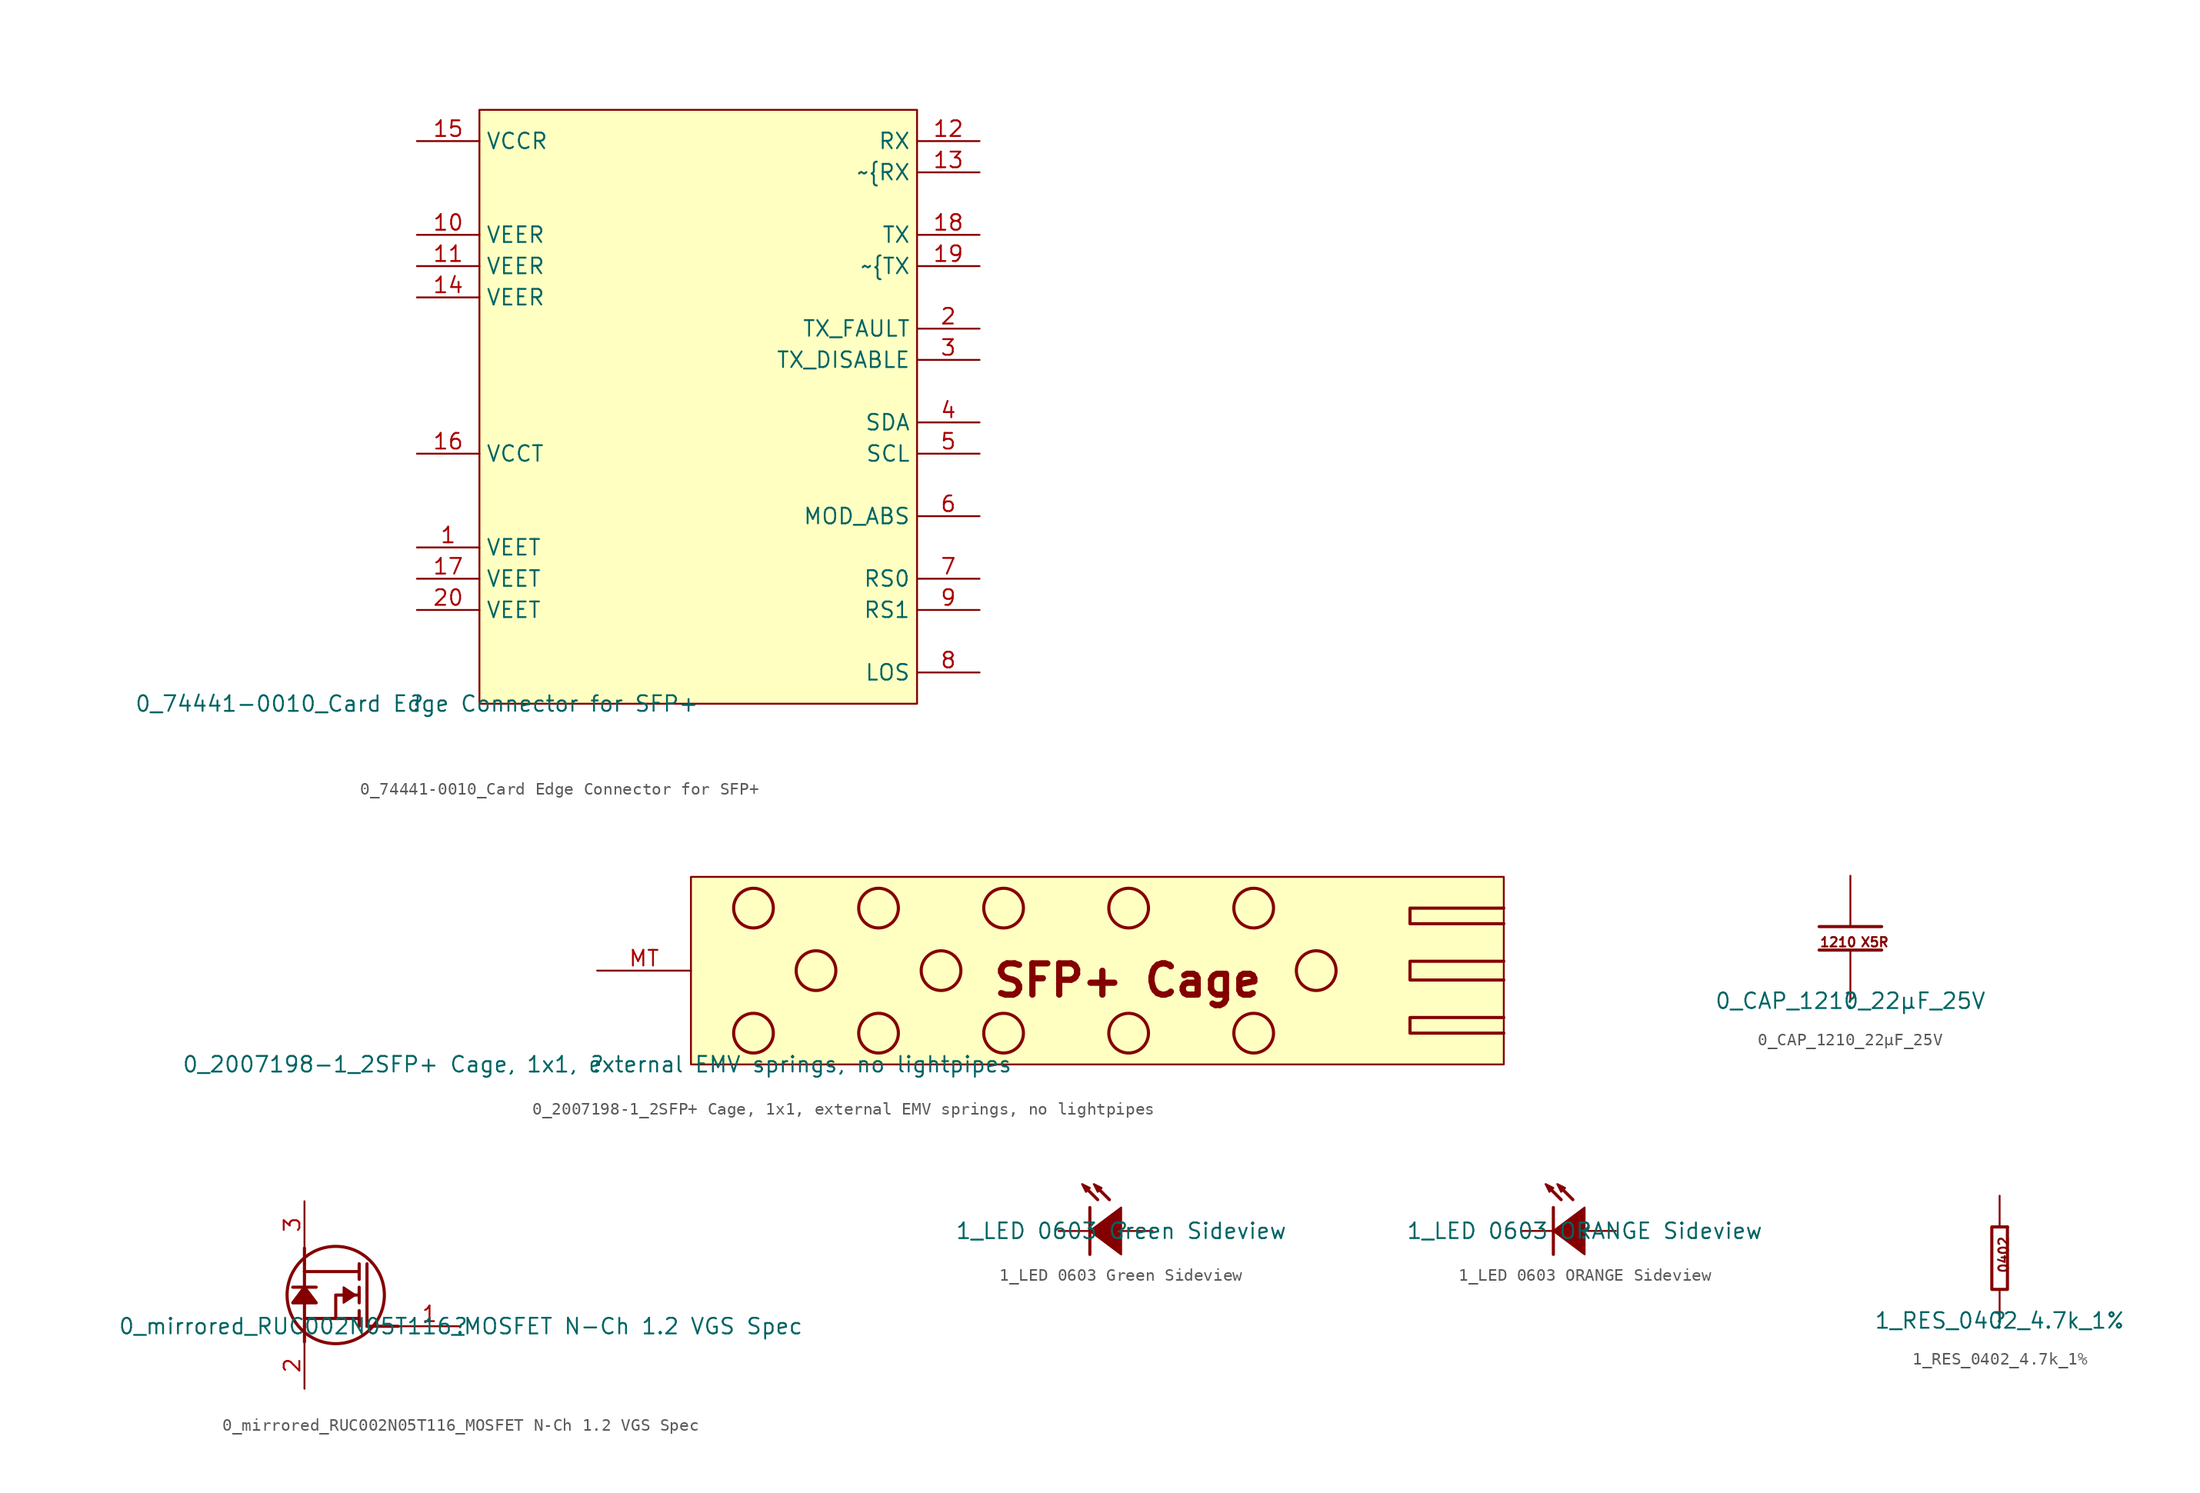
<source format=kicad_sym>
(kicad_symbol_lib
  (version 20211014)
  (generator kicad_symbol_editor)
  (symbol "0_74441-0010_Card Edge Connector for SFP+"
    (property "Reference" ""
      (at 0 0 0)
      (effects (font (size 1.27 1.27))))
    (property "Value" "0_74441-0010_Card Edge Connector for SFP+"
      (at 0 0 0)
      (effects (font (size 1.27 1.27))))
    (symbol "0_74441-0010_Card Edge Connector for SFP+_1_0"
      (rectangle (start 40.64 48.26) (end 5.08 0) (stroke (width 0) (type default) (color 0 0 0 0)) (fill (type background)))
      (pin power_in line (at 0 12.7 0) (length 5.08) (name "VEET" (effects (font (size 1.27 1.27)))) (number "1" (effects (font (size 1.27 1.27)))))
      (pin power_in line (at 0 38.1 0) (length 5.08) (name "VEER" (effects (font (size 1.27 1.27)))) (number "10" (effects (font (size 1.27 1.27)))))
      (pin power_in line (at 0 35.56 0) (length 5.08) (name "VEER" (effects (font (size 1.27 1.27)))) (number "11" (effects (font (size 1.27 1.27)))))
      (pin output line (at 45.72 45.72 180) (length 5.08) (name "RX" (effects (font (size 1.27 1.27)))) (number "12" (effects (font (size 1.27 1.27)))))
      (pin output line (at 45.72 43.18 180) (length 5.08) (name "~{RX" (effects (font (size 1.27 1.27)))) (number "13" (effects (font (size 1.27 1.27)))))
      (pin power_in line (at 0 33.02 0) (length 5.08) (name "VEER" (effects (font (size 1.27 1.27)))) (number "14" (effects (font (size 1.27 1.27)))))
      (pin power_in line (at 0 45.72 0) (length 5.08) (name "VCCR" (effects (font (size 1.27 1.27)))) (number "15" (effects (font (size 1.27 1.27)))))
      (pin power_in line (at 0 20.32 0) (length 5.08) (name "VCCT" (effects (font (size 1.27 1.27)))) (number "16" (effects (font (size 1.27 1.27)))))
      (pin power_in line (at 0 10.16 0) (length 5.08) (name "VEET" (effects (font (size 1.27 1.27)))) (number "17" (effects (font (size 1.27 1.27)))))
      (pin input line (at 45.72 38.1 180) (length 5.08) (name "TX" (effects (font (size 1.27 1.27)))) (number "18" (effects (font (size 1.27 1.27)))))
      (pin input line (at 45.72 35.56 180) (length 5.08) (name "~{TX" (effects (font (size 1.27 1.27)))) (number "19" (effects (font (size 1.27 1.27)))))
      (pin output line (at 45.72 30.48 180) (length 5.08) (name "TX_FAULT" (effects (font (size 1.27 1.27)))) (number "2" (effects (font (size 1.27 1.27)))))
      (pin power_in line (at 0 7.62 0) (length 5.08) (name "VEET" (effects (font (size 1.27 1.27)))) (number "20" (effects (font (size 1.27 1.27)))))
      (pin input line (at 45.72 27.94 180) (length 5.08) (name "TX_DISABLE" (effects (font (size 1.27 1.27)))) (number "3" (effects (font (size 1.27 1.27)))))
      (pin bidirectional line (at 45.72 22.86 180) (length 5.08) (name "SDA" (effects (font (size 1.27 1.27)))) (number "4" (effects (font (size 1.27 1.27)))))
      (pin input line (at 45.72 20.32 180) (length 5.08) (name "SCL" (effects (font (size 1.27 1.27)))) (number "5" (effects (font (size 1.27 1.27)))))
      (pin output line (at 45.72 15.24 180) (length 5.08) (name "MOD_ABS" (effects (font (size 1.27 1.27)))) (number "6" (effects (font (size 1.27 1.27)))))
      (pin input line (at 45.72 10.16 180) (length 5.08) (name "RS0" (effects (font (size 1.27 1.27)))) (number "7" (effects (font (size 1.27 1.27)))))
      (pin output line (at 45.72 2.54 180) (length 5.08) (name "LOS" (effects (font (size 1.27 1.27)))) (number "8" (effects (font (size 1.27 1.27)))))
      (pin input line (at 45.72 7.62 180) (length 5.08) (name "RS1" (effects (font (size 1.27 1.27)))) (number "9" (effects (font (size 1.27 1.27)))))))
  (symbol "0_2007198-1_2SFP+ Cage, 1x1, external EMV springs, no lightpipes"
    (property "Reference" ""
      (at 0 0 0)
      (effects (font (size 1.27 1.27))))
    (property "Value" "0_2007198-1_2SFP+ Cage, 1x1, external EMV springs, no lightpipes"
      (at 0 0 0)
      (effects (font (size 1.27 1.27))))
    (symbol "0_2007198-1_2SFP+ Cage, 1x1, external EMV springs, no lightpipes_1_0"
      (polyline (pts (xy 73.66 2.54) (xy 66.04 2.54) (xy 66.04 3.81) (xy 73.66 3.81)) (stroke (width 0.254) (type default) (color 0 0 0 0)) (fill (type none)))
      (polyline (pts (xy 73.66 8.382) (xy 66.04 8.382) (xy 66.04 6.858) (xy 73.66 6.858)) (stroke (width 0.254) (type default) (color 0 0 0 0)) (fill (type none)))
      (polyline (pts (xy 73.66 12.7) (xy 66.04 12.7) (xy 66.04 11.43) (xy 73.66 11.43)) (stroke (width 0.254) (type default) (color 0 0 0 0)) (fill (type none)))
      (circle (center 12.7 2.54) (radius 1.612) (stroke (width 0.254) (type default) (color 0 0 0 0)) (fill (type none)))
      (circle (center 12.7 12.7) (radius 1.612) (stroke (width 0.254) (type default) (color 0 0 0 0)) (fill (type none)))
      (circle (center 17.78 7.62) (radius 1.612) (stroke (width 0.254) (type default) (color 0 0 0 0)) (fill (type none)))
      (circle (center 22.86 2.54) (radius 1.612) (stroke (width 0.254) (type default) (color 0 0 0 0)) (fill (type none)))
      (circle (center 22.86 12.7) (radius 1.612) (stroke (width 0.254) (type default) (color 0 0 0 0)) (fill (type none)))
      (circle (center 27.94 7.62) (radius 1.612) (stroke (width 0.254) (type default) (color 0 0 0 0)) (fill (type none)))
      (circle (center 33.02 2.54) (radius 1.612) (stroke (width 0.254) (type default) (color 0 0 0 0)) (fill (type none)))
      (circle (center 33.02 12.7) (radius 1.612) (stroke (width 0.254) (type default) (color 0 0 0 0)) (fill (type none)))
      (circle (center 43.18 2.54) (radius 1.612) (stroke (width 0.254) (type default) (color 0 0 0 0)) (fill (type none)))
      (circle (center 43.18 12.7) (radius 1.612) (stroke (width 0.254) (type default) (color 0 0 0 0)) (fill (type none)))
      (circle (center 53.34 2.54) (radius 1.612) (stroke (width 0.254) (type default) (color 0 0 0 0)) (fill (type none)))
      (circle (center 53.34 12.7) (radius 1.612) (stroke (width 0.254) (type default) (color 0 0 0 0)) (fill (type none)))
      (circle (center 58.42 7.62) (radius 1.612) (stroke (width 0.254) (type default) (color 0 0 0 0)) (fill (type none)))
      (rectangle (start 73.66 15.24) (end 7.62 0) (stroke (width 0) (type default) (color 0 0 0 0)) (fill (type background)))
      (text "SFP+ Cage" (at 32.004 5.334 0) (effects (font (size 2.54 2.54) bold) (justify left bottom)))
      (pin passive line (at 0 7.62 0) (length 7.62) (name "MT" (effects (font (size 0 0)))) (number "MT" (effects (font (size 1.27 1.27)))))))
  (symbol "0_CAP_1210_22µF_25V"
    (property "Reference" ""
      (at 0 0 0)
      (effects (font (size 1.27 1.27))))
    (property "Value" "0_CAP_1210_22µF_25V"
      (at 0 0 0)
      (effects (font (size 1.27 1.27))))
    (symbol "0_CAP_1210_22µF_25V_1_0"
      (polyline (pts (xy -2.54 4.128) (xy 2.54 4.128)) (stroke (width 0.254) (type default) (color 0 0 0 0)) (fill (type none)))
      (polyline (pts (xy -2.54 6.033) (xy 2.54 6.033)) (stroke (width 0.254) (type default) (color 0 0 0 0)) (fill (type none)))
      (text "1210" (at -2.54 4.318 0) (effects (font (size 0.762 0.762)) (justify left bottom)))
      (text "X5R" (at 0.762 4.318 0) (effects (font (size 0.762 0.762)) (justify left bottom)))
      (pin passive line (at 0 10.16 270) (length 4.064) (name "1" (effects (font (size 0 0)))) (number "1" (effects (font (size 0 0)))))
      (pin passive line (at 0 0 90) (length 4.064) (name "2" (effects (font (size 0 0)))) (number "2" (effects (font (size 0 0)))))))
  (symbol "0_mirrored_RUC002N05T116_MOSFET N-Ch 1.2 VGS Spec"
    (property "Reference" ""
      (at 0 0 0)
      (effects (font (size 1.27 1.27))))
    (property "Value" "0_mirrored_RUC002N05T116_MOSFET N-Ch 1.2 VGS Spec"
      (at 0 0 0)
      (effects (font (size 1.27 1.27))))
    (symbol "0_mirrored_RUC002N05T116_MOSFET N-Ch 1.2 VGS Spec_1_0"
      (circle (center -10.16 2.54) (radius 3.952) (stroke (width 0.254) (type default) (color 0 0 0 0)) (fill (type none)))
      (polyline (pts (xy -12.7 0) (xy -12.7 -1.27)) (stroke (width 0.254) (type default) (color 0 0 0 0)) (fill (type none)))
      (polyline (pts (xy -12.7 0.635) (xy -12.7 0)) (stroke (width 0.254) (type default) (color 0 0 0 0)) (fill (type none)))
      (polyline (pts (xy -12.7 0.635) (xy -12.7 1.905)) (stroke (width 0.254) (type default) (color 0 0 0 0)) (fill (type none)))
      (polyline (pts (xy -12.7 3.175) (xy -13.652 3.175)) (stroke (width 0.254) (type default) (color 0 0 0 0)) (fill (type none)))
      (polyline (pts (xy -12.7 3.175) (xy -11.747 3.175)) (stroke (width 0.254) (type default) (color 0 0 0 0)) (fill (type none)))
      (polyline (pts (xy -12.7 4.445) (xy -12.7 3.175)) (stroke (width 0.254) (type default) (color 0 0 0 0)) (fill (type none)))
      (polyline (pts (xy -12.7 4.445) (xy -12.7 5.08)) (stroke (width 0.254) (type default) (color 0 0 0 0)) (fill (type none)))
      (polyline (pts (xy -12.7 5.08) (xy -12.7 6.35)) (stroke (width 0.254) (type default) (color 0 0 0 0)) (fill (type none)))
      (polyline (pts (xy -10.16 0.635) (xy -12.7 0.635)) (stroke (width 0.254) (type default) (color 0 0 0 0)) (fill (type none)))
      (polyline (pts (xy -8.255 0.635) (xy -8.255 0)) (stroke (width 0.254) (type default) (color 0 0 0 0)) (fill (type none)))
      (polyline (pts (xy -8.255 0.635) (xy -8.255 1.27)) (stroke (width 0.254) (type default) (color 0 0 0 0)) (fill (type none)))
      (polyline (pts (xy -8.255 2.54) (xy -8.255 1.905)) (stroke (width 0.254) (type default) (color 0 0 0 0)) (fill (type none)))
      (polyline (pts (xy -8.255 2.54) (xy -8.255 3.175)) (stroke (width 0.254) (type default) (color 0 0 0 0)) (fill (type none)))
      (polyline (pts (xy -8.255 4.445) (xy -12.7 4.445)) (stroke (width 0.254) (type default) (color 0 0 0 0)) (fill (type none)))
      (polyline (pts (xy -8.255 4.445) (xy -8.255 3.81)) (stroke (width 0.254) (type default) (color 0 0 0 0)) (fill (type none)))
      (polyline (pts (xy -8.255 4.445) (xy -8.255 5.08)) (stroke (width 0.254) (type default) (color 0 0 0 0)) (fill (type none)))
      (polyline (pts (xy -7.62 0) (xy -7.62 5.08)) (stroke (width 0.254) (type default) (color 0 0 0 0)) (fill (type none)))
      (polyline (pts (xy -5.08 0) (xy -7.62 0)) (stroke (width 0.254) (type default) (color 0 0 0 0)) (fill (type none)))
      (polyline (pts (xy -12.7 1.905) (xy -13.652 1.905) (xy -12.7 3.175)) (stroke (width 0.254) (type default) (color 0 0 0 0)) (fill (type none)))
      (polyline (pts (xy -12.7 1.905) (xy -11.747 1.905) (xy -12.7 3.175)) (stroke (width 0.254) (type default) (color 0 0 0 0)) (fill (type none)))
      (polyline (pts (xy -13.652 1.905) (xy -11.747 1.905) (xy -12.7 3.175) (xy -13.652 1.905)) (stroke (width 0) (type default) (color 0 0 0 0)) (fill (type outline)))
      (polyline (pts (xy -8.255 2.54) (xy -10.16 2.54) (xy -10.16 0.635) (xy -8.255 0.635)) (stroke (width 0.254) (type default) (color 0 0 0 0)) (fill (type none)))
      (polyline (pts (xy -9.525 2.54) (xy -9.525 1.905) (xy -8.572 2.54) (xy -9.525 3.175) (xy -9.525 2.54)) (stroke (width 0) (type default) (color 0 0 0 0)) (fill (type outline)))
      (pin passive line (at 0 0 180) (length 5.08) (name "G" (effects (font (size 0 0)))) (number "1" (effects (font (size 1.27 1.27)))))
      (pin passive line (at -12.7 -5.08 90) (length 3.81) (name "D" (effects (font (size 0 0)))) (number "2" (effects (font (size 1.27 1.27)))))
      (pin passive line (at -12.7 10.16 270) (length 3.81) (name "S" (effects (font (size 0 0)))) (number "3" (effects (font (size 1.27 1.27)))))))
  (symbol "1_LED 0603 Green Sideview"
    (property "Reference" ""
      (at 0 0 0)
      (effects (font (size 1.27 1.27))))
    (property "Value" "1_LED 0603 Green Sideview"
      (at 0 0 0)
      (effects (font (size 1.27 1.27))))
    (symbol "1_LED 0603 Green Sideview_1_0"
      (polyline (pts (xy -2.54 -1.905) (xy -2.54 1.905)) (stroke (width 0.254) (type default) (color 0 0 0 0)) (fill (type none)))
      (polyline (pts (xy -1.905 2.54) (xy -2.857 3.493)) (stroke (width 0.254) (type default) (color 0 0 0 0)) (fill (type none)))
      (polyline (pts (xy -0.952 2.54) (xy -1.905 3.493)) (stroke (width 0.254) (type default) (color 0 0 0 0)) (fill (type none)))
      (polyline (pts (xy -3.175 3.81) (xy -2.857 3.175) (xy -2.54 3.493) (xy -3.175 3.81)) (stroke (width 0) (type default) (color 0 0 0 0)) (fill (type outline)))
      (polyline (pts (xy -2.222 3.81) (xy -1.905 3.175) (xy -1.587 3.493) (xy -2.222 3.81)) (stroke (width 0) (type default) (color 0 0 0 0)) (fill (type outline)))
      (polyline (pts (xy 0 1.905) (xy 0 -1.905) (xy -2.54 0) (xy 0 1.905)) (stroke (width 0) (type default) (color 0 0 0 0)) (fill (type outline)))
      (pin passive line (at -5.08 0 0) (length 2.54) (name "1" (effects (font (size 0 0)))) (number "1" (effects (font (size 0 0)))))
      (pin passive line (at 2.54 0 180) (length 2.54) (name "2" (effects (font (size 0 0)))) (number "2" (effects (font (size 0 0)))))))
  (symbol "1_LED 0603 ORANGE Sideview"
    (property "Reference" ""
      (at 0 0 0)
      (effects (font (size 1.27 1.27))))
    (property "Value" "1_LED 0603 ORANGE Sideview"
      (at 0 0 0)
      (effects (font (size 1.27 1.27))))
    (symbol "1_LED 0603 ORANGE Sideview_1_0"
      (polyline (pts (xy -2.54 -1.905) (xy -2.54 1.905)) (stroke (width 0.254) (type default) (color 0 0 0 0)) (fill (type none)))
      (polyline (pts (xy -1.905 2.54) (xy -2.857 3.493)) (stroke (width 0.254) (type default) (color 0 0 0 0)) (fill (type none)))
      (polyline (pts (xy -0.952 2.54) (xy -1.905 3.493)) (stroke (width 0.254) (type default) (color 0 0 0 0)) (fill (type none)))
      (polyline (pts (xy -3.175 3.81) (xy -2.857 3.175) (xy -2.54 3.493) (xy -3.175 3.81)) (stroke (width 0) (type default) (color 0 0 0 0)) (fill (type outline)))
      (polyline (pts (xy -2.222 3.81) (xy -1.905 3.175) (xy -1.587 3.493) (xy -2.222 3.81)) (stroke (width 0) (type default) (color 0 0 0 0)) (fill (type outline)))
      (polyline (pts (xy 0 1.905) (xy 0 -1.905) (xy -2.54 0) (xy 0 1.905)) (stroke (width 0) (type default) (color 0 0 0 0)) (fill (type outline)))
      (pin passive line (at -5.08 0 0) (length 2.54) (name "1" (effects (font (size 0 0)))) (number "1" (effects (font (size 0 0)))))
      (pin passive line (at 2.54 0 180) (length 2.54) (name "2" (effects (font (size 0 0)))) (number "2" (effects (font (size 0 0)))))))
  (symbol "1_RES_0402_4.7k_1%"
    (property "Reference" ""
      (at 0 0 0)
      (effects (font (size 1.27 1.27))))
    (property "Value" "1_RES_0402_4.7k_1%"
      (at 0 0 0)
      (effects (font (size 1.27 1.27))))
    (symbol "1_RES_0402_4.7k_1%_1_0"
      (polyline (pts (xy 0.635 7.62) (xy 0 7.62)) (stroke (width 0.254) (type default) (color 0 0 0 0)) (fill (type none)))
      (polyline (pts (xy 0 7.62) (xy -0.635 7.62) (xy -0.635 2.54) (xy 0.635 2.54) (xy 0.635 7.62)) (stroke (width 0.254) (type default) (color 0 0 0 0)) (fill (type none)))
      (text "0402" (at 0.762 3.81 900) (effects (font (size 0.762 0.762)) (justify left bottom)))
      (pin passive line (at 0 0 90) (length 2.54) (name "1" (effects (font (size 0 0)))) (number "1" (effects (font (size 0 0)))))
      (pin passive line (at 0 10.16 270) (length 2.54) (name "2" (effects (font (size 0 0)))) (number "2" (effects (font (size 0 0))))))))
</source>
